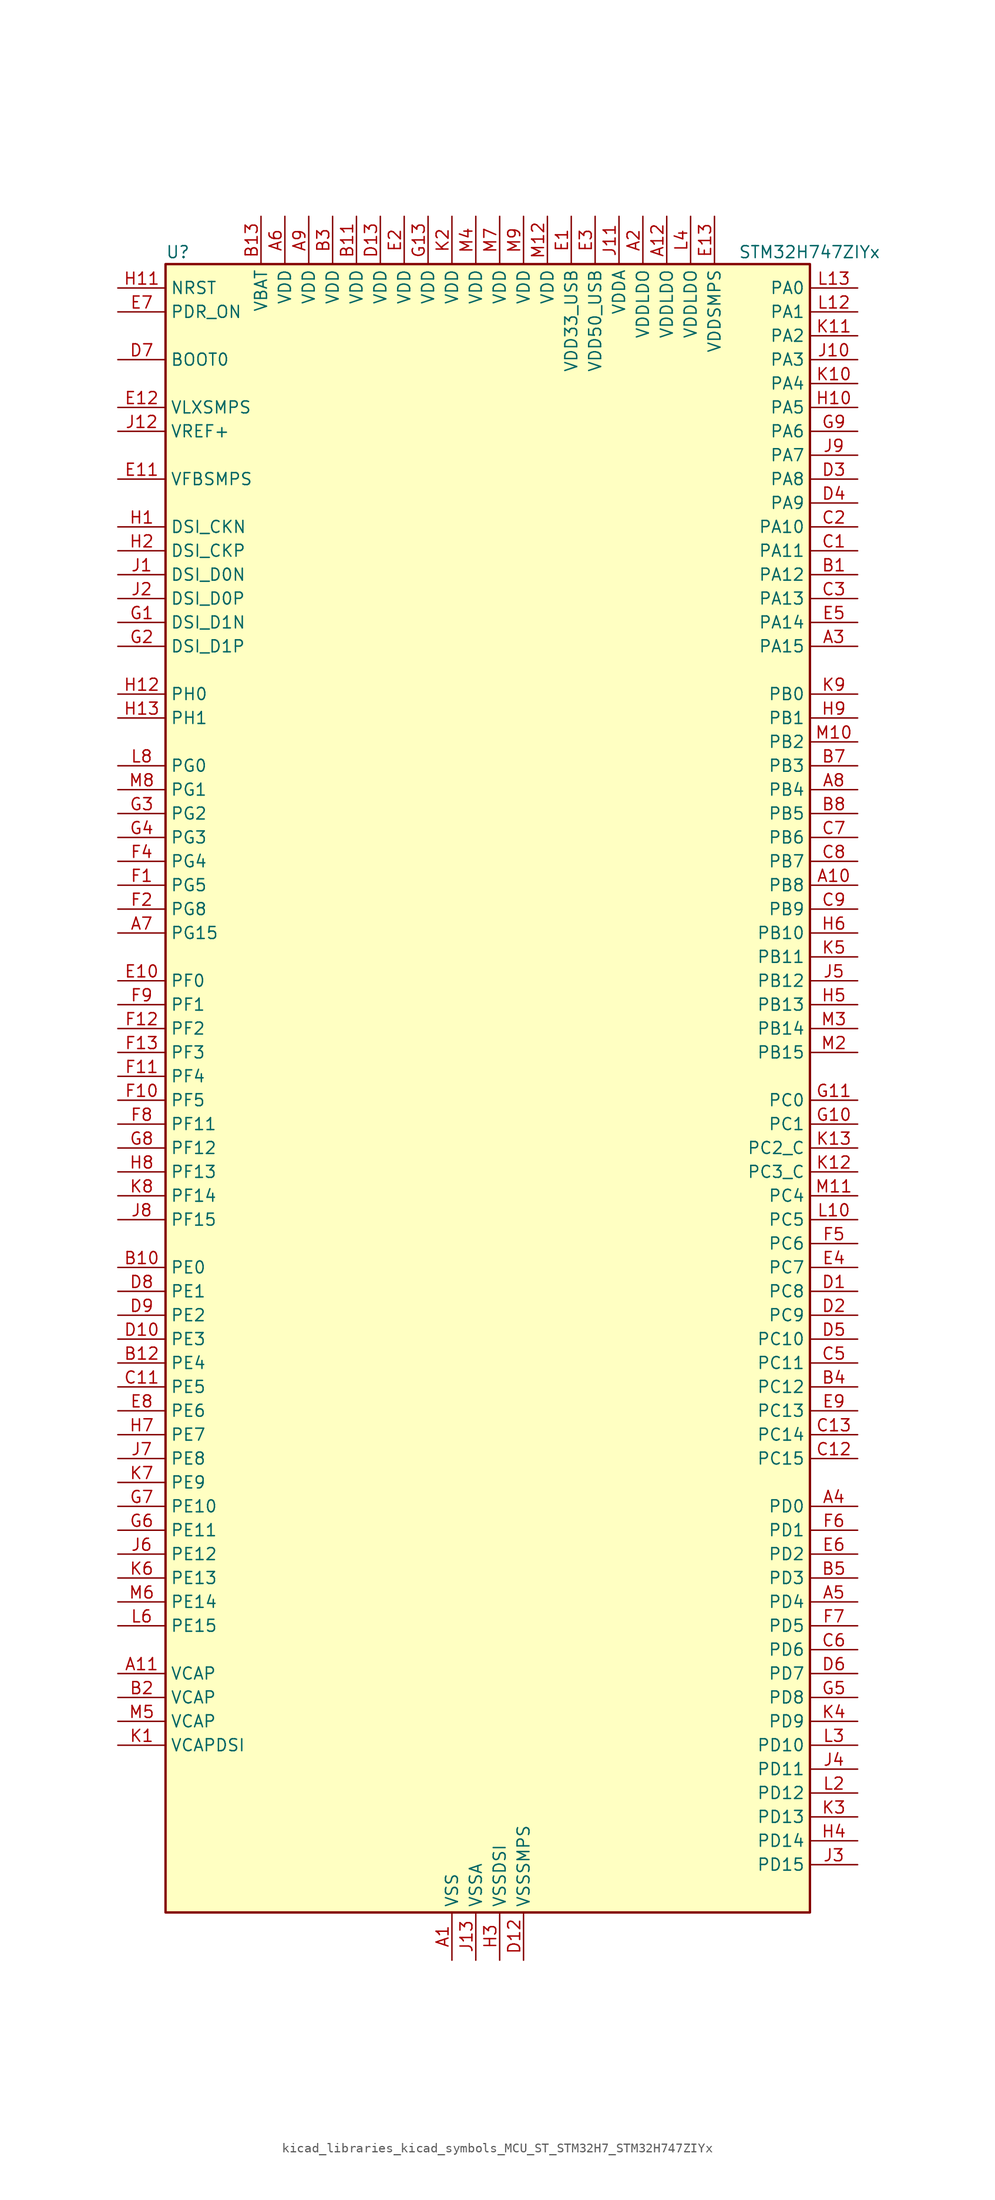
<source format=kicad_sym>
(kicad_symbol_lib
  (version 20220914)
  (generator kicad_symbol_editor)
  (symbol "kicad_libraries_kicad_symbols_MCU_ST_STM32H7_STM32H747ZIYx"
    (property "Reference" "U"
      (at -33.02 90.17 0)
      (effects (font (size 1.27 1.27)) (justify left)))
    (property "Value" "STM32H747ZIYx"
      (at 27.94 90.17 0)
      (effects (font (size 1.27 1.27)) (justify left)))
    (property "ki_locked" ""
      (at 0 0 0)
      (effects (font (size 1.27 1.27))))
    (symbol "kicad_libraries_kicad_symbols_MCU_ST_STM32H7_STM32H747ZIYx_0_1"
      (rectangle (start -33.02 -86.36) (end 35.56 88.9) (stroke (width 0.254) (type default)) (fill (type background))))
    (symbol "kicad_libraries_kicad_symbols_MCU_ST_STM32H7_STM32H747ZIYx_1_1"
      (pin power_in line (at -2.54 -91.44 90) (length 5.08) (name "VSS" (effects (font (size 1.27 1.27)))) (number "A1" (effects (font (size 1.27 1.27)))))
      (pin bidirectional line (at 40.64 22.86 180) (length 5.08) (name "PB8" (effects (font (size 1.27 1.27)))) (number "A10" (effects (font (size 1.27 1.27)))) (alternate "DCMI_D6" bidirectional line) (alternate "DFSDM1_CKIN7" bidirectional line) (alternate "ETH_TXD3" bidirectional line) (alternate "FDCAN1_RX" bidirectional line) (alternate "I2C1_SCL" bidirectional line) (alternate "I2C4_SCL" bidirectional line) (alternate "LTDC_B6" bidirectional line) (alternate "SDMMC1_CKIN" bidirectional line) (alternate "SDMMC1_D4" bidirectional line) (alternate "SDMMC2_D4" bidirectional line) (alternate "TIM16_CH1" bidirectional line) (alternate "TIM4_CH3" bidirectional line) (alternate "UART4_RX" bidirectional line))
      (pin power_out line (at -38.1 -60.96 0) (length 5.08) (name "VCAP" (effects (font (size 1.27 1.27)))) (number "A11" (effects (font (size 1.27 1.27)))))
      (pin power_in line (at 20.32 93.98 270) (length 5.08) (name "VDDLDO" (effects (font (size 1.27 1.27)))) (number "A12" (effects (font (size 1.27 1.27)))))
      (pin no_connect line (at -33.02 -86.36 0) (length 5.08) hide (name "DNC" (effects (font (size 1.27 1.27)))) (number "A13" (effects (font (size 1.27 1.27)))))
      (pin power_in line (at 17.78 93.98 270) (length 5.08) (name "VDDLDO" (effects (font (size 1.27 1.27)))) (number "A2" (effects (font (size 1.27 1.27)))))
      (pin bidirectional line (at 40.64 48.26 180) (length 5.08) (name "PA15" (effects (font (size 1.27 1.27)))) (number "A3" (effects (font (size 1.27 1.27)))) (alternate "ADC1_EXTI15" bidirectional line) (alternate "ADC2_EXTI15" bidirectional line) (alternate "ADC3_EXTI15" bidirectional line) (alternate "CEC" bidirectional line) (alternate "DEBUG_JTDI" bidirectional line) (alternate "DSIHOST_TE" bidirectional line) (alternate "HRTIM_FLT1" bidirectional line) (alternate "I2S1_WS" bidirectional line) (alternate "I2S3_WS" bidirectional line) (alternate "SPI1_NSS" bidirectional line) (alternate "SPI3_NSS" bidirectional line) (alternate "SPI6_NSS" bidirectional line) (alternate "TIM2_CH1" bidirectional line) (alternate "TIM2_ETR" bidirectional line) (alternate "UART4_DE" bidirectional line) (alternate "UART4_RTS" bidirectional line) (alternate "UART7_TX" bidirectional line))
      (pin bidirectional line (at 40.64 -43.18 180) (length 5.08) (name "PD0" (effects (font (size 1.27 1.27)))) (number "A4" (effects (font (size 1.27 1.27)))) (alternate "DFSDM1_CKIN6" bidirectional line) (alternate "FDCAN1_RX" bidirectional line) (alternate "FMC_D2" bidirectional line) (alternate "FMC_DA2" bidirectional line) (alternate "SAI3_SCK_A" bidirectional line) (alternate "UART4_RX" bidirectional line))
      (pin bidirectional line (at 40.64 -53.34 180) (length 5.08) (name "PD4" (effects (font (size 1.27 1.27)))) (number "A5" (effects (font (size 1.27 1.27)))) (alternate "FMC_NOE" bidirectional line) (alternate "HRTIM_FLT3" bidirectional line) (alternate "SAI3_FS_A" bidirectional line) (alternate "USART2_DE" bidirectional line) (alternate "USART2_RTS" bidirectional line))
      (pin power_in line (at -20.32 93.98 270) (length 5.08) (name "VDD" (effects (font (size 1.27 1.27)))) (number "A6" (effects (font (size 1.27 1.27)))))
      (pin bidirectional line (at -38.1 17.78 0) (length 5.08) (name "PG15" (effects (font (size 1.27 1.27)))) (number "A7" (effects (font (size 1.27 1.27)))) (alternate "ADC1_EXTI15" bidirectional line) (alternate "ADC2_EXTI15" bidirectional line) (alternate "ADC3_EXTI15" bidirectional line) (alternate "DCMI_D13" bidirectional line) (alternate "FMC_SDNCAS" bidirectional line) (alternate "USART6_CTS" bidirectional line) (alternate "USART6_NSS" bidirectional line))
      (pin bidirectional line (at 40.64 33.02 180) (length 5.08) (name "PB4" (effects (font (size 1.27 1.27)))) (number "A8" (effects (font (size 1.27 1.27)))) (alternate "DEBUG_JTRST" bidirectional line) (alternate "HRTIM_EEV6" bidirectional line) (alternate "I2S1_SDI" bidirectional line) (alternate "I2S2_WS" bidirectional line) (alternate "I2S3_SDI" bidirectional line) (alternate "SDMMC2_D3" bidirectional line) (alternate "SPI1_MISO" bidirectional line) (alternate "SPI2_NSS" bidirectional line) (alternate "SPI3_MISO" bidirectional line) (alternate "SPI6_MISO" bidirectional line) (alternate "TIM16_BKIN" bidirectional line) (alternate "TIM3_CH1" bidirectional line) (alternate "UART7_TX" bidirectional line))
      (pin power_in line (at -17.78 93.98 270) (length 5.08) (name "VDD" (effects (font (size 1.27 1.27)))) (number "A9" (effects (font (size 1.27 1.27)))))
      (pin bidirectional line (at 40.64 55.88 180) (length 5.08) (name "PA12" (effects (font (size 1.27 1.27)))) (number "B1" (effects (font (size 1.27 1.27)))) (alternate "FDCAN1_TX" bidirectional line) (alternate "HRTIM_CHD2" bidirectional line) (alternate "I2S2_CK" bidirectional line) (alternate "LPUART1_DE" bidirectional line) (alternate "LPUART1_RTS" bidirectional line) (alternate "LTDC_R5" bidirectional line) (alternate "SAI2_FS_B" bidirectional line) (alternate "SPI2_SCK" bidirectional line) (alternate "TIM1_ETR" bidirectional line) (alternate "UART4_TX" bidirectional line) (alternate "USART1_DE" bidirectional line) (alternate "USART1_RTS" bidirectional line) (alternate "USB_OTG_FS_DP" bidirectional line))
      (pin bidirectional line (at -38.1 -17.78 0) (length 5.08) (name "PE0" (effects (font (size 1.27 1.27)))) (number "B10" (effects (font (size 1.27 1.27)))) (alternate "DCMI_D2" bidirectional line) (alternate "FMC_NBL0" bidirectional line) (alternate "HRTIM_SCIN" bidirectional line) (alternate "LPTIM1_ETR" bidirectional line) (alternate "LPTIM2_ETR" bidirectional line) (alternate "SAI2_MCLK_A" bidirectional line) (alternate "TIM4_ETR" bidirectional line) (alternate "UART8_RX" bidirectional line))
      (pin power_in line (at -12.7 93.98 270) (length 5.08) (name "VDD" (effects (font (size 1.27 1.27)))) (number "B11" (effects (font (size 1.27 1.27)))))
      (pin bidirectional line (at -38.1 -27.94 0) (length 5.08) (name "PE4" (effects (font (size 1.27 1.27)))) (number "B12" (effects (font (size 1.27 1.27)))) (alternate "DCMI_D4" bidirectional line) (alternate "DEBUG_TRACED1" bidirectional line) (alternate "DFSDM1_DATIN3" bidirectional line) (alternate "FMC_A20" bidirectional line) (alternate "LTDC_B0" bidirectional line) (alternate "SAI1_D2" bidirectional line) (alternate "SAI1_FS_A" bidirectional line) (alternate "SAI4_D2" bidirectional line) (alternate "SAI4_FS_A" bidirectional line) (alternate "SPI4_NSS" bidirectional line) (alternate "TIM15_CH1N" bidirectional line))
      (pin power_in line (at -22.86 93.98 270) (length 5.08) (name "VBAT" (effects (font (size 1.27 1.27)))) (number "B13" (effects (font (size 1.27 1.27)))))
      (pin power_out line (at -38.1 -63.5 0) (length 5.08) (name "VCAP" (effects (font (size 1.27 1.27)))) (number "B2" (effects (font (size 1.27 1.27)))))
      (pin power_in line (at -15.24 93.98 270) (length 5.08) (name "VDD" (effects (font (size 1.27 1.27)))) (number "B3" (effects (font (size 1.27 1.27)))))
      (pin bidirectional line (at 40.64 -30.48 180) (length 5.08) (name "PC12" (effects (font (size 1.27 1.27)))) (number "B4" (effects (font (size 1.27 1.27)))) (alternate "DCMI_D9" bidirectional line) (alternate "DEBUG_TRACED3" bidirectional line) (alternate "HRTIM_EEV2" bidirectional line) (alternate "I2S3_SDO" bidirectional line) (alternate "SDMMC1_CK" bidirectional line) (alternate "SPI3_MOSI" bidirectional line) (alternate "UART5_TX" bidirectional line) (alternate "USART3_CK" bidirectional line))
      (pin bidirectional line (at 40.64 -50.8 180) (length 5.08) (name "PD3" (effects (font (size 1.27 1.27)))) (number "B5" (effects (font (size 1.27 1.27)))) (alternate "DCMI_D5" bidirectional line) (alternate "DFSDM1_CKOUT" bidirectional line) (alternate "FMC_CLK" bidirectional line) (alternate "I2S2_CK" bidirectional line) (alternate "LTDC_G7" bidirectional line) (alternate "SPI2_SCK" bidirectional line) (alternate "USART2_CTS" bidirectional line) (alternate "USART2_NSS" bidirectional line))
      (pin passive line (at -2.54 -91.44 90) (length 5.08) hide (name "VSS" (effects (font (size 1.27 1.27)))) (number "B6" (effects (font (size 1.27 1.27)))))
      (pin bidirectional line (at 40.64 35.56 180) (length 5.08) (name "PB3" (effects (font (size 1.27 1.27)))) (number "B7" (effects (font (size 1.27 1.27)))) (alternate "CRS_SYNC" bidirectional line) (alternate "DEBUG_JTDO-SWO" bidirectional line) (alternate "HRTIM_FLT4" bidirectional line) (alternate "I2S1_CK" bidirectional line) (alternate "I2S3_CK" bidirectional line) (alternate "SDMMC2_D2" bidirectional line) (alternate "SPI1_SCK" bidirectional line) (alternate "SPI3_SCK" bidirectional line) (alternate "SPI6_SCK" bidirectional line) (alternate "TIM2_CH2" bidirectional line) (alternate "UART7_RX" bidirectional line))
      (pin bidirectional line (at 40.64 30.48 180) (length 5.08) (name "PB5" (effects (font (size 1.27 1.27)))) (number "B8" (effects (font (size 1.27 1.27)))) (alternate "DCMI_D10" bidirectional line) (alternate "ETH_PPS_OUT" bidirectional line) (alternate "FDCAN2_RX" bidirectional line) (alternate "FMC_SDCKE1" bidirectional line) (alternate "HRTIM_EEV7" bidirectional line) (alternate "I2C1_SMBA" bidirectional line) (alternate "I2C4_SMBA" bidirectional line) (alternate "I2S1_SDO" bidirectional line) (alternate "I2S3_SDO" bidirectional line) (alternate "SPI1_MOSI" bidirectional line) (alternate "SPI3_MOSI" bidirectional line) (alternate "SPI6_MOSI" bidirectional line) (alternate "TIM17_BKIN" bidirectional line) (alternate "TIM3_CH2" bidirectional line) (alternate "UART5_RX" bidirectional line) (alternate "USB_OTG_HS_ULPI_D7" bidirectional line))
      (pin passive line (at -2.54 -91.44 90) (length 5.08) hide (name "VSS" (effects (font (size 1.27 1.27)))) (number "B9" (effects (font (size 1.27 1.27)))))
      (pin bidirectional line (at 40.64 58.42 180) (length 5.08) (name "PA11" (effects (font (size 1.27 1.27)))) (number "C1" (effects (font (size 1.27 1.27)))) (alternate "ADC1_EXTI11" bidirectional line) (alternate "ADC2_EXTI11" bidirectional line) (alternate "ADC3_EXTI11" bidirectional line) (alternate "FDCAN1_RX" bidirectional line) (alternate "HRTIM_CHD1" bidirectional line) (alternate "I2S2_WS" bidirectional line) (alternate "LPUART1_CTS" bidirectional line) (alternate "LTDC_R4" bidirectional line) (alternate "SPI2_NSS" bidirectional line) (alternate "TIM1_CH4" bidirectional line) (alternate "UART4_RX" bidirectional line) (alternate "USART1_CTS" bidirectional line) (alternate "USART1_NSS" bidirectional line) (alternate "USB_OTG_FS_DM" bidirectional line))
      (pin passive line (at -2.54 -91.44 90) (length 5.08) hide (name "VSS" (effects (font (size 1.27 1.27)))) (number "C10" (effects (font (size 1.27 1.27)))))
      (pin bidirectional line (at -38.1 -30.48 0) (length 5.08) (name "PE5" (effects (font (size 1.27 1.27)))) (number "C11" (effects (font (size 1.27 1.27)))) (alternate "DCMI_D6" bidirectional line) (alternate "DEBUG_TRACED2" bidirectional line) (alternate "DFSDM1_CKIN3" bidirectional line) (alternate "FMC_A21" bidirectional line) (alternate "LTDC_G0" bidirectional line) (alternate "SAI1_CK2" bidirectional line) (alternate "SAI1_SCK_A" bidirectional line) (alternate "SAI4_CK2" bidirectional line) (alternate "SAI4_SCK_A" bidirectional line) (alternate "SPI4_MISO" bidirectional line) (alternate "TIM15_CH1" bidirectional line))
      (pin bidirectional line (at 40.64 -38.1 180) (length 5.08) (name "PC15" (effects (font (size 1.27 1.27)))) (number "C12" (effects (font (size 1.27 1.27)))) (alternate "ADC1_EXTI15" bidirectional line) (alternate "ADC2_EXTI15" bidirectional line) (alternate "ADC3_EXTI15" bidirectional line) (alternate "RCC_OSC32_OUT" bidirectional line))
      (pin bidirectional line (at 40.64 -35.56 180) (length 5.08) (name "PC14" (effects (font (size 1.27 1.27)))) (number "C13" (effects (font (size 1.27 1.27)))) (alternate "RCC_OSC32_IN" bidirectional line))
      (pin bidirectional line (at 40.64 60.96 180) (length 5.08) (name "PA10" (effects (font (size 1.27 1.27)))) (number "C2" (effects (font (size 1.27 1.27)))) (alternate "DCMI_D1" bidirectional line) (alternate "HRTIM_CHC2" bidirectional line) (alternate "LPUART1_RX" bidirectional line) (alternate "LTDC_B1" bidirectional line) (alternate "LTDC_B4" bidirectional line) (alternate "MDIOS_MDIO" bidirectional line) (alternate "TIM1_CH3" bidirectional line) (alternate "USART1_RX" bidirectional line) (alternate "USB_OTG_FS_ID" bidirectional line))
      (pin bidirectional line (at 40.64 53.34 180) (length 5.08) (name "PA13" (effects (font (size 1.27 1.27)))) (number "C3" (effects (font (size 1.27 1.27)))) (alternate "DEBUG_JTMS-SWDIO" bidirectional line))
      (pin passive line (at -2.54 -91.44 90) (length 5.08) hide (name "VSS" (effects (font (size 1.27 1.27)))) (number "C4" (effects (font (size 1.27 1.27)))))
      (pin bidirectional line (at 40.64 -27.94 180) (length 5.08) (name "PC11" (effects (font (size 1.27 1.27)))) (number "C5" (effects (font (size 1.27 1.27)))) (alternate "ADC1_EXTI11" bidirectional line) (alternate "ADC2_EXTI11" bidirectional line) (alternate "ADC3_EXTI11" bidirectional line) (alternate "DCMI_D4" bidirectional line) (alternate "DFSDM1_DATIN5" bidirectional line) (alternate "HRTIM_FLT2" bidirectional line) (alternate "I2S3_SDI" bidirectional line) (alternate "QUADSPI_BK2_NCS" bidirectional line) (alternate "SDMMC1_D3" bidirectional line) (alternate "SPI3_MISO" bidirectional line) (alternate "UART4_RX" bidirectional line) (alternate "USART3_RX" bidirectional line))
      (pin bidirectional line (at 40.64 -58.42 180) (length 5.08) (name "PD6" (effects (font (size 1.27 1.27)))) (number "C6" (effects (font (size 1.27 1.27)))) (alternate "DCMI_D10" bidirectional line) (alternate "DFSDM1_CKIN4" bidirectional line) (alternate "DFSDM1_DATIN1" bidirectional line) (alternate "FMC_NWAIT" bidirectional line) (alternate "I2S3_SDO" bidirectional line) (alternate "LTDC_B2" bidirectional line) (alternate "SAI1_D1" bidirectional line) (alternate "SAI1_SD_A" bidirectional line) (alternate "SAI4_D1" bidirectional line) (alternate "SAI4_SD_A" bidirectional line) (alternate "SDMMC2_CK" bidirectional line) (alternate "SPI3_MOSI" bidirectional line) (alternate "USART2_RX" bidirectional line))
      (pin bidirectional line (at 40.64 27.94 180) (length 5.08) (name "PB6" (effects (font (size 1.27 1.27)))) (number "C7" (effects (font (size 1.27 1.27)))) (alternate "CEC" bidirectional line) (alternate "DCMI_D5" bidirectional line) (alternate "DFSDM1_DATIN5" bidirectional line) (alternate "FDCAN2_TX" bidirectional line) (alternate "FMC_SDNE1" bidirectional line) (alternate "HRTIM_EEV8" bidirectional line) (alternate "I2C1_SCL" bidirectional line) (alternate "I2C4_SCL" bidirectional line) (alternate "LPUART1_TX" bidirectional line) (alternate "QUADSPI_BK1_NCS" bidirectional line) (alternate "TIM16_CH1N" bidirectional line) (alternate "TIM4_CH1" bidirectional line) (alternate "UART5_TX" bidirectional line) (alternate "USART1_TX" bidirectional line))
      (pin bidirectional line (at 40.64 25.4 180) (length 5.08) (name "PB7" (effects (font (size 1.27 1.27)))) (number "C8" (effects (font (size 1.27 1.27)))) (alternate "DCMI_VSYNC" bidirectional line) (alternate "DFSDM1_CKIN5" bidirectional line) (alternate "FMC_NL" bidirectional line) (alternate "HRTIM_EEV9" bidirectional line) (alternate "I2C1_SDA" bidirectional line) (alternate "I2C4_SDA" bidirectional line) (alternate "LPUART1_RX" bidirectional line) (alternate "PWR_PVD_IN" bidirectional line) (alternate "TIM17_CH1N" bidirectional line) (alternate "TIM4_CH2" bidirectional line) (alternate "USART1_RX" bidirectional line))
      (pin bidirectional line (at 40.64 20.32 180) (length 5.08) (name "PB9" (effects (font (size 1.27 1.27)))) (number "C9" (effects (font (size 1.27 1.27)))) (alternate "DAC1_EXTI9" bidirectional line) (alternate "DCMI_D7" bidirectional line) (alternate "DFSDM1_DATIN7" bidirectional line) (alternate "FDCAN1_TX" bidirectional line) (alternate "I2C1_SDA" bidirectional line) (alternate "I2C4_SDA" bidirectional line) (alternate "I2C4_SMBA" bidirectional line) (alternate "I2S2_WS" bidirectional line) (alternate "LTDC_B7" bidirectional line) (alternate "SDMMC1_CDIR" bidirectional line) (alternate "SDMMC1_D5" bidirectional line) (alternate "SDMMC2_D5" bidirectional line) (alternate "SPI2_NSS" bidirectional line) (alternate "TIM17_CH1" bidirectional line) (alternate "TIM4_CH4" bidirectional line) (alternate "UART4_TX" bidirectional line))
      (pin bidirectional line (at 40.64 -20.32 180) (length 5.08) (name "PC8" (effects (font (size 1.27 1.27)))) (number "D1" (effects (font (size 1.27 1.27)))) (alternate "DCMI_D2" bidirectional line) (alternate "DEBUG_TRACED1" bidirectional line) (alternate "FMC_NCE" bidirectional line) (alternate "FMC_NE2" bidirectional line) (alternate "HRTIM_CHB1" bidirectional line) (alternate "SDMMC1_D0" bidirectional line) (alternate "SWPMI1_RX" bidirectional line) (alternate "TIM3_CH3" bidirectional line) (alternate "TIM8_CH3" bidirectional line) (alternate "UART5_DE" bidirectional line) (alternate "UART5_RTS" bidirectional line) (alternate "USART6_CK" bidirectional line))
      (pin bidirectional line (at -38.1 -25.4 0) (length 5.08) (name "PE3" (effects (font (size 1.27 1.27)))) (number "D10" (effects (font (size 1.27 1.27)))) (alternate "DEBUG_TRACED0" bidirectional line) (alternate "FMC_A19" bidirectional line) (alternate "SAI1_SD_B" bidirectional line) (alternate "SAI4_SD_B" bidirectional line) (alternate "TIM15_BKIN" bidirectional line))
      (pin passive line (at -2.54 -91.44 90) (length 5.08) hide (name "VSS" (effects (font (size 1.27 1.27)))) (number "D11" (effects (font (size 1.27 1.27)))))
      (pin power_in line (at 5.08 -91.44 90) (length 5.08) (name "VSSSMPS" (effects (font (size 1.27 1.27)))) (number "D12" (effects (font (size 1.27 1.27)))))
      (pin power_in line (at -10.16 93.98 270) (length 5.08) (name "VDD" (effects (font (size 1.27 1.27)))) (number "D13" (effects (font (size 1.27 1.27)))))
      (pin bidirectional line (at 40.64 -22.86 180) (length 5.08) (name "PC9" (effects (font (size 1.27 1.27)))) (number "D2" (effects (font (size 1.27 1.27)))) (alternate "DAC1_EXTI9" bidirectional line) (alternate "DCMI_D3" bidirectional line) (alternate "I2C3_SDA" bidirectional line) (alternate "I2S_CKIN" bidirectional line) (alternate "LTDC_B2" bidirectional line) (alternate "LTDC_G3" bidirectional line) (alternate "QUADSPI_BK1_IO0" bidirectional line) (alternate "RCC_MCO_2" bidirectional line) (alternate "SDMMC1_D1" bidirectional line) (alternate "SWPMI1_SUSPEND" bidirectional line) (alternate "TIM3_CH4" bidirectional line) (alternate "TIM8_CH4" bidirectional line) (alternate "UART5_CTS" bidirectional line))
      (pin bidirectional line (at 40.64 66.04 180) (length 5.08) (name "PA8" (effects (font (size 1.27 1.27)))) (number "D3" (effects (font (size 1.27 1.27)))) (alternate "HRTIM_CHB2" bidirectional line) (alternate "I2C3_SCL" bidirectional line) (alternate "LTDC_B3" bidirectional line) (alternate "LTDC_R6" bidirectional line) (alternate "RCC_MCO_1" bidirectional line) (alternate "TIM1_CH1" bidirectional line) (alternate "TIM8_BKIN2" bidirectional line) (alternate "TIM8_BKIN2_COMP1" bidirectional line) (alternate "TIM8_BKIN2_COMP2" bidirectional line) (alternate "UART7_RX" bidirectional line) (alternate "USART1_CK" bidirectional line) (alternate "USB_OTG_FS_SOF" bidirectional line))
      (pin bidirectional line (at 40.64 63.5 180) (length 5.08) (name "PA9" (effects (font (size 1.27 1.27)))) (number "D4" (effects (font (size 1.27 1.27)))) (alternate "DAC1_EXTI9" bidirectional line) (alternate "DCMI_D0" bidirectional line) (alternate "HRTIM_CHC1" bidirectional line) (alternate "I2C3_SMBA" bidirectional line) (alternate "I2S2_CK" bidirectional line) (alternate "LPUART1_TX" bidirectional line) (alternate "LTDC_R5" bidirectional line) (alternate "SPI2_SCK" bidirectional line) (alternate "TIM1_CH2" bidirectional line) (alternate "USART1_TX" bidirectional line) (alternate "USB_OTG_FS_VBUS" bidirectional line))
      (pin bidirectional line (at 40.64 -25.4 180) (length 5.08) (name "PC10" (effects (font (size 1.27 1.27)))) (number "D5" (effects (font (size 1.27 1.27)))) (alternate "DCMI_D8" bidirectional line) (alternate "DFSDM1_CKIN5" bidirectional line) (alternate "HRTIM_EEV1" bidirectional line) (alternate "I2S3_CK" bidirectional line) (alternate "LTDC_R2" bidirectional line) (alternate "QUADSPI_BK1_IO1" bidirectional line) (alternate "SDMMC1_D2" bidirectional line) (alternate "SPI3_SCK" bidirectional line) (alternate "UART4_TX" bidirectional line) (alternate "USART3_TX" bidirectional line))
      (pin bidirectional line (at 40.64 -60.96 180) (length 5.08) (name "PD7" (effects (font (size 1.27 1.27)))) (number "D6" (effects (font (size 1.27 1.27)))) (alternate "DFSDM1_CKIN1" bidirectional line) (alternate "DFSDM1_DATIN4" bidirectional line) (alternate "FMC_NE1" bidirectional line) (alternate "I2S1_SDO" bidirectional line) (alternate "SDMMC2_CMD" bidirectional line) (alternate "SPDIFRX1_IN0" bidirectional line) (alternate "SPI1_MOSI" bidirectional line) (alternate "USART2_CK" bidirectional line))
      (pin input line (at -38.1 78.74 0) (length 5.08) (name "BOOT0" (effects (font (size 1.27 1.27)))) (number "D7" (effects (font (size 1.27 1.27)))))
      (pin bidirectional line (at -38.1 -20.32 0) (length 5.08) (name "PE1" (effects (font (size 1.27 1.27)))) (number "D8" (effects (font (size 1.27 1.27)))) (alternate "DCMI_D3" bidirectional line) (alternate "FMC_NBL1" bidirectional line) (alternate "HRTIM_SCOUT" bidirectional line) (alternate "LPTIM1_IN2" bidirectional line) (alternate "UART8_TX" bidirectional line))
      (pin bidirectional line (at -38.1 -22.86 0) (length 5.08) (name "PE2" (effects (font (size 1.27 1.27)))) (number "D9" (effects (font (size 1.27 1.27)))) (alternate "DEBUG_TRACECLK" bidirectional line) (alternate "ETH_TXD3" bidirectional line) (alternate "FMC_A23" bidirectional line) (alternate "QUADSPI_BK1_IO2" bidirectional line) (alternate "SAI1_CK1" bidirectional line) (alternate "SAI1_MCLK_A" bidirectional line) (alternate "SAI4_CK1" bidirectional line) (alternate "SAI4_MCLK_A" bidirectional line) (alternate "SPI4_SCK" bidirectional line))
      (pin power_in line (at 10.16 93.98 270) (length 5.08) (name "VDD33_USB" (effects (font (size 1.27 1.27)))) (number "E1" (effects (font (size 1.27 1.27)))))
      (pin bidirectional line (at -38.1 12.7 0) (length 5.08) (name "PF0" (effects (font (size 1.27 1.27)))) (number "E10" (effects (font (size 1.27 1.27)))) (alternate "FMC_A0" bidirectional line) (alternate "I2C2_SDA" bidirectional line))
      (pin input line (at -38.1 66.04 0) (length 5.08) (name "VFBSMPS" (effects (font (size 1.27 1.27)))) (number "E11" (effects (font (size 1.27 1.27)))))
      (pin power_in line (at -38.1 73.66 0) (length 5.08) (name "VLXSMPS" (effects (font (size 1.27 1.27)))) (number "E12" (effects (font (size 1.27 1.27)))))
      (pin power_in line (at 25.4 93.98 270) (length 5.08) (name "VDDSMPS" (effects (font (size 1.27 1.27)))) (number "E13" (effects (font (size 1.27 1.27)))))
      (pin power_in line (at -7.62 93.98 270) (length 5.08) (name "VDD" (effects (font (size 1.27 1.27)))) (number "E2" (effects (font (size 1.27 1.27)))))
      (pin power_in line (at 12.7 93.98 270) (length 5.08) (name "VDD50_USB" (effects (font (size 1.27 1.27)))) (number "E3" (effects (font (size 1.27 1.27)))))
      (pin bidirectional line (at 40.64 -17.78 180) (length 5.08) (name "PC7" (effects (font (size 1.27 1.27)))) (number "E4" (effects (font (size 1.27 1.27)))) (alternate "DCMI_D1" bidirectional line) (alternate "DEBUG_TRGIO" bidirectional line) (alternate "DFSDM1_DATIN3" bidirectional line) (alternate "FMC_NE1" bidirectional line) (alternate "HRTIM_CHA2" bidirectional line) (alternate "I2S3_MCK" bidirectional line) (alternate "LTDC_G6" bidirectional line) (alternate "SDMMC1_D123DIR" bidirectional line) (alternate "SDMMC1_D7" bidirectional line) (alternate "SDMMC2_D7" bidirectional line) (alternate "SWPMI1_TX" bidirectional line) (alternate "TIM3_CH2" bidirectional line) (alternate "TIM8_CH2" bidirectional line) (alternate "USART6_RX" bidirectional line))
      (pin bidirectional line (at 40.64 50.8 180) (length 5.08) (name "PA14" (effects (font (size 1.27 1.27)))) (number "E5" (effects (font (size 1.27 1.27)))) (alternate "DEBUG_JTCK-SWCLK" bidirectional line))
      (pin bidirectional line (at 40.64 -48.26 180) (length 5.08) (name "PD2" (effects (font (size 1.27 1.27)))) (number "E6" (effects (font (size 1.27 1.27)))) (alternate "DCMI_D11" bidirectional line) (alternate "DEBUG_TRACED2" bidirectional line) (alternate "SDMMC1_CMD" bidirectional line) (alternate "TIM3_ETR" bidirectional line) (alternate "UART5_RX" bidirectional line))
      (pin input line (at -38.1 83.82 0) (length 5.08) (name "PDR_ON" (effects (font (size 1.27 1.27)))) (number "E7" (effects (font (size 1.27 1.27)))))
      (pin bidirectional line (at -38.1 -33.02 0) (length 5.08) (name "PE6" (effects (font (size 1.27 1.27)))) (number "E8" (effects (font (size 1.27 1.27)))) (alternate "DCMI_D7" bidirectional line) (alternate "DEBUG_TRACED3" bidirectional line) (alternate "FMC_A22" bidirectional line) (alternate "LTDC_G1" bidirectional line) (alternate "SAI1_D1" bidirectional line) (alternate "SAI1_SD_A" bidirectional line) (alternate "SAI2_MCLK_B" bidirectional line) (alternate "SAI4_D1" bidirectional line) (alternate "SAI4_SD_A" bidirectional line) (alternate "SPI4_MOSI" bidirectional line) (alternate "TIM15_CH2" bidirectional line) (alternate "TIM1_BKIN2" bidirectional line) (alternate "TIM1_BKIN2_COMP1" bidirectional line) (alternate "TIM1_BKIN2_COMP2" bidirectional line))
      (pin bidirectional line (at 40.64 -33.02 180) (length 5.08) (name "PC13" (effects (font (size 1.27 1.27)))) (number "E9" (effects (font (size 1.27 1.27)))) (alternate "PWR_WKUP2" bidirectional line) (alternate "RTC_OUT_ALARM" bidirectional line) (alternate "RTC_OUT_CALIB" bidirectional line) (alternate "RTC_TAMP1" bidirectional line) (alternate "RTC_TS" bidirectional line))
      (pin bidirectional line (at -38.1 22.86 0) (length 5.08) (name "PG5" (effects (font (size 1.27 1.27)))) (number "F1" (effects (font (size 1.27 1.27)))) (alternate "FMC_A15" bidirectional line) (alternate "FMC_BA1" bidirectional line) (alternate "TIM1_ETR" bidirectional line))
      (pin bidirectional line (at -38.1 0 0) (length 5.08) (name "PF5" (effects (font (size 1.27 1.27)))) (number "F10" (effects (font (size 1.27 1.27)))) (alternate "ADC3_INP4" bidirectional line) (alternate "FMC_A5" bidirectional line))
      (pin bidirectional line (at -38.1 2.54 0) (length 5.08) (name "PF4" (effects (font (size 1.27 1.27)))) (number "F11" (effects (font (size 1.27 1.27)))) (alternate "ADC3_INN5" bidirectional line) (alternate "ADC3_INP9" bidirectional line) (alternate "FMC_A4" bidirectional line))
      (pin bidirectional line (at -38.1 7.62 0) (length 5.08) (name "PF2" (effects (font (size 1.27 1.27)))) (number "F12" (effects (font (size 1.27 1.27)))) (alternate "FMC_A2" bidirectional line) (alternate "I2C2_SMBA" bidirectional line))
      (pin bidirectional line (at -38.1 5.08 0) (length 5.08) (name "PF3" (effects (font (size 1.27 1.27)))) (number "F13" (effects (font (size 1.27 1.27)))) (alternate "ADC3_INP5" bidirectional line) (alternate "FMC_A3" bidirectional line))
      (pin bidirectional line (at -38.1 20.32 0) (length 5.08) (name "PG8" (effects (font (size 1.27 1.27)))) (number "F2" (effects (font (size 1.27 1.27)))) (alternate "ETH_PPS_OUT" bidirectional line) (alternate "FMC_SDCLK" bidirectional line) (alternate "LTDC_G7" bidirectional line) (alternate "SPDIFRX1_IN2" bidirectional line) (alternate "SPI6_NSS" bidirectional line) (alternate "TIM8_ETR" bidirectional line) (alternate "USART6_DE" bidirectional line) (alternate "USART6_RTS" bidirectional line))
      (pin passive line (at -2.54 -91.44 90) (length 5.08) hide (name "VSS" (effects (font (size 1.27 1.27)))) (number "F3" (effects (font (size 1.27 1.27)))))
      (pin bidirectional line (at -38.1 25.4 0) (length 5.08) (name "PG4" (effects (font (size 1.27 1.27)))) (number "F4" (effects (font (size 1.27 1.27)))) (alternate "FMC_A14" bidirectional line) (alternate "FMC_BA0" bidirectional line) (alternate "TIM1_BKIN2" bidirectional line) (alternate "TIM1_BKIN2_COMP1" bidirectional line) (alternate "TIM1_BKIN2_COMP2" bidirectional line))
      (pin bidirectional line (at 40.64 -15.24 180) (length 5.08) (name "PC6" (effects (font (size 1.27 1.27)))) (number "F5" (effects (font (size 1.27 1.27)))) (alternate "DCMI_D0" bidirectional line) (alternate "DFSDM1_CKIN3" bidirectional line) (alternate "FMC_NWAIT" bidirectional line) (alternate "HRTIM_CHA1" bidirectional line) (alternate "I2S2_MCK" bidirectional line) (alternate "LTDC_HSYNC" bidirectional line) (alternate "SDMMC1_D0DIR" bidirectional line) (alternate "SDMMC1_D6" bidirectional line) (alternate "SDMMC2_D6" bidirectional line) (alternate "SWPMI1_IO" bidirectional line) (alternate "TIM3_CH1" bidirectional line) (alternate "TIM8_CH1" bidirectional line) (alternate "USART6_TX" bidirectional line))
      (pin bidirectional line (at 40.64 -45.72 180) (length 5.08) (name "PD1" (effects (font (size 1.27 1.27)))) (number "F6" (effects (font (size 1.27 1.27)))) (alternate "DFSDM1_DATIN6" bidirectional line) (alternate "FDCAN1_TX" bidirectional line) (alternate "FMC_D3" bidirectional line) (alternate "FMC_DA3" bidirectional line) (alternate "SAI3_SD_A" bidirectional line) (alternate "UART4_TX" bidirectional line))
      (pin bidirectional line (at 40.64 -55.88 180) (length 5.08) (name "PD5" (effects (font (size 1.27 1.27)))) (number "F7" (effects (font (size 1.27 1.27)))) (alternate "FMC_NWE" bidirectional line) (alternate "HRTIM_EEV3" bidirectional line) (alternate "USART2_TX" bidirectional line))
      (pin bidirectional line (at -38.1 -2.54 0) (length 5.08) (name "PF11" (effects (font (size 1.27 1.27)))) (number "F8" (effects (font (size 1.27 1.27)))) (alternate "ADC1_EXTI11" bidirectional line) (alternate "ADC1_INP2" bidirectional line) (alternate "ADC2_EXTI11" bidirectional line) (alternate "ADC3_EXTI11" bidirectional line) (alternate "DCMI_D12" bidirectional line) (alternate "FMC_SDNRAS" bidirectional line) (alternate "SAI2_SD_B" bidirectional line))
      (pin bidirectional line (at -38.1 10.16 0) (length 5.08) (name "PF1" (effects (font (size 1.27 1.27)))) (number "F9" (effects (font (size 1.27 1.27)))) (alternate "FMC_A1" bidirectional line) (alternate "I2C2_SCL" bidirectional line))
      (pin bidirectional line (at -38.1 50.8 0) (length 5.08) (name "DSI_D1N" (effects (font (size 1.27 1.27)))) (number "G1" (effects (font (size 1.27 1.27)))) (alternate "DSIHOST_D1N" bidirectional line))
      (pin bidirectional line (at 40.64 -2.54 180) (length 5.08) (name "PC1" (effects (font (size 1.27 1.27)))) (number "G10" (effects (font (size 1.27 1.27)))) (alternate "ADC1_INN10" bidirectional line) (alternate "ADC1_INP11" bidirectional line) (alternate "ADC2_INN10" bidirectional line) (alternate "ADC2_INP11" bidirectional line) (alternate "ADC3_INN10" bidirectional line) (alternate "ADC3_INP11" bidirectional line) (alternate "DEBUG_TRACED0" bidirectional line) (alternate "DFSDM1_CKIN4" bidirectional line) (alternate "DFSDM1_DATIN0" bidirectional line) (alternate "ETH_MDC" bidirectional line) (alternate "I2S2_SDO" bidirectional line) (alternate "MDIOS_MDC" bidirectional line) (alternate "PWR_WKUP5" bidirectional line) (alternate "RTC_TAMP3" bidirectional line) (alternate "SAI1_D1" bidirectional line) (alternate "SAI1_SD_A" bidirectional line) (alternate "SAI4_D1" bidirectional line) (alternate "SAI4_SD_A" bidirectional line) (alternate "SDMMC2_CK" bidirectional line) (alternate "SPI2_MOSI" bidirectional line))
      (pin bidirectional line (at 40.64 0 180) (length 5.08) (name "PC0" (effects (font (size 1.27 1.27)))) (number "G11" (effects (font (size 1.27 1.27)))) (alternate "ADC1_INP10" bidirectional line) (alternate "ADC2_INP10" bidirectional line) (alternate "ADC3_INP10" bidirectional line) (alternate "DFSDM1_CKIN0" bidirectional line) (alternate "DFSDM1_DATIN4" bidirectional line) (alternate "FMC_SDNWE" bidirectional line) (alternate "LTDC_R5" bidirectional line) (alternate "SAI2_FS_B" bidirectional line) (alternate "USB_OTG_HS_ULPI_STP" bidirectional line))
      (pin passive line (at -2.54 -91.44 90) (length 5.08) hide (name "VSS" (effects (font (size 1.27 1.27)))) (number "G12" (effects (font (size 1.27 1.27)))))
      (pin power_in line (at -5.08 93.98 270) (length 5.08) (name "VDD" (effects (font (size 1.27 1.27)))) (number "G13" (effects (font (size 1.27 1.27)))))
      (pin bidirectional line (at -38.1 48.26 0) (length 5.08) (name "DSI_D1P" (effects (font (size 1.27 1.27)))) (number "G2" (effects (font (size 1.27 1.27)))) (alternate "DSIHOST_D1P" bidirectional line))
      (pin bidirectional line (at -38.1 30.48 0) (length 5.08) (name "PG2" (effects (font (size 1.27 1.27)))) (number "G3" (effects (font (size 1.27 1.27)))) (alternate "FMC_A12" bidirectional line) (alternate "TIM8_BKIN" bidirectional line) (alternate "TIM8_BKIN_COMP1" bidirectional line) (alternate "TIM8_BKIN_COMP2" bidirectional line))
      (pin bidirectional line (at -38.1 27.94 0) (length 5.08) (name "PG3" (effects (font (size 1.27 1.27)))) (number "G4" (effects (font (size 1.27 1.27)))) (alternate "FMC_A13" bidirectional line) (alternate "TIM8_BKIN2" bidirectional line) (alternate "TIM8_BKIN2_COMP1" bidirectional line) (alternate "TIM8_BKIN2_COMP2" bidirectional line))
      (pin bidirectional line (at 40.64 -63.5 180) (length 5.08) (name "PD8" (effects (font (size 1.27 1.27)))) (number "G5" (effects (font (size 1.27 1.27)))) (alternate "DFSDM1_CKIN3" bidirectional line) (alternate "FMC_D13" bidirectional line) (alternate "FMC_DA13" bidirectional line) (alternate "SAI3_SCK_B" bidirectional line) (alternate "SPDIFRX1_IN1" bidirectional line) (alternate "USART3_TX" bidirectional line))
      (pin bidirectional line (at -38.1 -45.72 0) (length 5.08) (name "PE11" (effects (font (size 1.27 1.27)))) (number "G6" (effects (font (size 1.27 1.27)))) (alternate "ADC1_EXTI11" bidirectional line) (alternate "ADC2_EXTI11" bidirectional line) (alternate "ADC3_EXTI11" bidirectional line) (alternate "COMP2_INP" bidirectional line) (alternate "DFSDM1_CKIN4" bidirectional line) (alternate "FMC_D8" bidirectional line) (alternate "FMC_DA8" bidirectional line) (alternate "LTDC_G3" bidirectional line) (alternate "SAI2_SD_B" bidirectional line) (alternate "SPI4_NSS" bidirectional line) (alternate "TIM1_CH2" bidirectional line))
      (pin bidirectional line (at -38.1 -43.18 0) (length 5.08) (name "PE10" (effects (font (size 1.27 1.27)))) (number "G7" (effects (font (size 1.27 1.27)))) (alternate "COMP2_INM" bidirectional line) (alternate "DFSDM1_DATIN4" bidirectional line) (alternate "FMC_D7" bidirectional line) (alternate "FMC_DA7" bidirectional line) (alternate "QUADSPI_BK2_IO3" bidirectional line) (alternate "TIM1_CH2N" bidirectional line) (alternate "UART7_CTS" bidirectional line))
      (pin bidirectional line (at -38.1 -5.08 0) (length 5.08) (name "PF12" (effects (font (size 1.27 1.27)))) (number "G8" (effects (font (size 1.27 1.27)))) (alternate "ADC1_INN2" bidirectional line) (alternate "ADC1_INP6" bidirectional line) (alternate "FMC_A6" bidirectional line))
      (pin bidirectional line (at 40.64 71.12 180) (length 5.08) (name "PA6" (effects (font (size 1.27 1.27)))) (number "G9" (effects (font (size 1.27 1.27)))) (alternate "ADC1_INP3" bidirectional line) (alternate "ADC2_INP3" bidirectional line) (alternate "DCMI_PIXCLK" bidirectional line) (alternate "I2S1_SDI" bidirectional line) (alternate "LTDC_G2" bidirectional line) (alternate "MDIOS_MDC" bidirectional line) (alternate "SPI1_MISO" bidirectional line) (alternate "SPI6_MISO" bidirectional line) (alternate "TIM13_CH1" bidirectional line) (alternate "TIM1_BKIN" bidirectional line) (alternate "TIM1_BKIN_COMP1" bidirectional line) (alternate "TIM1_BKIN_COMP2" bidirectional line) (alternate "TIM3_CH1" bidirectional line) (alternate "TIM8_BKIN" bidirectional line) (alternate "TIM8_BKIN_COMP1" bidirectional line) (alternate "TIM8_BKIN_COMP2" bidirectional line))
      (pin bidirectional line (at -38.1 60.96 0) (length 5.08) (name "DSI_CKN" (effects (font (size 1.27 1.27)))) (number "H1" (effects (font (size 1.27 1.27)))) (alternate "DSIHOST_CKN" bidirectional line))
      (pin bidirectional line (at 40.64 73.66 180) (length 5.08) (name "PA5" (effects (font (size 1.27 1.27)))) (number "H10" (effects (font (size 1.27 1.27)))) (alternate "ADC1_INN18" bidirectional line) (alternate "ADC1_INP19" bidirectional line) (alternate "ADC2_INN18" bidirectional line) (alternate "ADC2_INP19" bidirectional line) (alternate "DAC1_OUT2" bidirectional line) (alternate "I2S1_CK" bidirectional line) (alternate "LTDC_R4" bidirectional line) (alternate "PWR_NDSTOP2" bidirectional line) (alternate "SPI1_SCK" bidirectional line) (alternate "SPI6_SCK" bidirectional line) (alternate "TIM2_CH1" bidirectional line) (alternate "TIM2_ETR" bidirectional line) (alternate "TIM8_CH1N" bidirectional line) (alternate "USB_OTG_HS_ULPI_CK" bidirectional line))
      (pin input line (at -38.1 86.36 0) (length 5.08) (name "NRST" (effects (font (size 1.27 1.27)))) (number "H11" (effects (font (size 1.27 1.27)))))
      (pin bidirectional line (at -38.1 43.18 0) (length 5.08) (name "PH0" (effects (font (size 1.27 1.27)))) (number "H12" (effects (font (size 1.27 1.27)))) (alternate "RCC_OSC_IN" bidirectional line))
      (pin bidirectional line (at -38.1 40.64 0) (length 5.08) (name "PH1" (effects (font (size 1.27 1.27)))) (number "H13" (effects (font (size 1.27 1.27)))) (alternate "RCC_OSC_OUT" bidirectional line))
      (pin bidirectional line (at -38.1 58.42 0) (length 5.08) (name "DSI_CKP" (effects (font (size 1.27 1.27)))) (number "H2" (effects (font (size 1.27 1.27)))) (alternate "DSIHOST_CKP" bidirectional line))
      (pin power_in line (at 2.54 -91.44 90) (length 5.08) (name "VSSDSI" (effects (font (size 1.27 1.27)))) (number "H3" (effects (font (size 1.27 1.27)))))
      (pin bidirectional line (at 40.64 -78.74 180) (length 5.08) (name "PD14" (effects (font (size 1.27 1.27)))) (number "H4" (effects (font (size 1.27 1.27)))) (alternate "FMC_D0" bidirectional line) (alternate "FMC_DA0" bidirectional line) (alternate "SAI3_MCLK_B" bidirectional line) (alternate "TIM4_CH3" bidirectional line) (alternate "UART8_CTS" bidirectional line))
      (pin bidirectional line (at 40.64 10.16 180) (length 5.08) (name "PB13" (effects (font (size 1.27 1.27)))) (number "H5" (effects (font (size 1.27 1.27)))) (alternate "DFSDM1_CKIN1" bidirectional line) (alternate "ETH_TXD1" bidirectional line) (alternate "FDCAN2_TX" bidirectional line) (alternate "I2S2_CK" bidirectional line) (alternate "LPTIM2_OUT" bidirectional line) (alternate "SPI2_SCK" bidirectional line) (alternate "TIM1_CH1N" bidirectional line) (alternate "UART5_TX" bidirectional line) (alternate "USART3_CTS" bidirectional line) (alternate "USART3_NSS" bidirectional line) (alternate "USB_OTG_HS_ULPI_D6" bidirectional line) (alternate "USB_OTG_HS_VBUS" bidirectional line))
      (pin bidirectional line (at 40.64 17.78 180) (length 5.08) (name "PB10" (effects (font (size 1.27 1.27)))) (number "H6" (effects (font (size 1.27 1.27)))) (alternate "DFSDM1_DATIN7" bidirectional line) (alternate "ETH_RX_ER" bidirectional line) (alternate "HRTIM_SCOUT" bidirectional line) (alternate "I2C2_SCL" bidirectional line) (alternate "I2S2_CK" bidirectional line) (alternate "LPTIM2_IN1" bidirectional line) (alternate "LTDC_G4" bidirectional line) (alternate "QUADSPI_BK1_NCS" bidirectional line) (alternate "SPI2_SCK" bidirectional line) (alternate "TIM2_CH3" bidirectional line) (alternate "USART3_TX" bidirectional line) (alternate "USB_OTG_HS_ULPI_D3" bidirectional line))
      (pin bidirectional line (at -38.1 -35.56 0) (length 5.08) (name "PE7" (effects (font (size 1.27 1.27)))) (number "H7" (effects (font (size 1.27 1.27)))) (alternate "COMP2_INM" bidirectional line) (alternate "DFSDM1_DATIN2" bidirectional line) (alternate "FMC_D4" bidirectional line) (alternate "FMC_DA4" bidirectional line) (alternate "OPAMP2_VOUT" bidirectional line) (alternate "QUADSPI_BK2_IO0" bidirectional line) (alternate "TIM1_ETR" bidirectional line) (alternate "UART7_RX" bidirectional line))
      (pin bidirectional line (at -38.1 -7.62 0) (length 5.08) (name "PF13" (effects (font (size 1.27 1.27)))) (number "H8" (effects (font (size 1.27 1.27)))) (alternate "ADC2_INP2" bidirectional line) (alternate "DFSDM1_DATIN6" bidirectional line) (alternate "FMC_A7" bidirectional line) (alternate "I2C4_SMBA" bidirectional line))
      (pin bidirectional line (at 40.64 40.64 180) (length 5.08) (name "PB1" (effects (font (size 1.27 1.27)))) (number "H9" (effects (font (size 1.27 1.27)))) (alternate "ADC1_INP5" bidirectional line) (alternate "ADC2_INP5" bidirectional line) (alternate "COMP1_INM" bidirectional line) (alternate "DFSDM1_DATIN1" bidirectional line) (alternate "ETH_RXD3" bidirectional line) (alternate "LTDC_G0" bidirectional line) (alternate "LTDC_R6" bidirectional line) (alternate "TIM1_CH3N" bidirectional line) (alternate "TIM3_CH4" bidirectional line) (alternate "TIM8_CH3N" bidirectional line) (alternate "USB_OTG_HS_ULPI_D2" bidirectional line))
      (pin bidirectional line (at -38.1 55.88 0) (length 5.08) (name "DSI_D0N" (effects (font (size 1.27 1.27)))) (number "J1" (effects (font (size 1.27 1.27)))) (alternate "DSIHOST_D0N" bidirectional line))
      (pin bidirectional line (at 40.64 78.74 180) (length 5.08) (name "PA3" (effects (font (size 1.27 1.27)))) (number "J10" (effects (font (size 1.27 1.27)))) (alternate "ADC1_INP15" bidirectional line) (alternate "ADC2_INP15" bidirectional line) (alternate "ETH_COL" bidirectional line) (alternate "LPTIM5_OUT" bidirectional line) (alternate "LTDC_B2" bidirectional line) (alternate "LTDC_B5" bidirectional line) (alternate "TIM15_CH2" bidirectional line) (alternate "TIM2_CH4" bidirectional line) (alternate "TIM5_CH4" bidirectional line) (alternate "USART2_RX" bidirectional line) (alternate "USB_OTG_HS_ULPI_D0" bidirectional line))
      (pin power_in line (at 15.24 93.98 270) (length 5.08) (name "VDDA" (effects (font (size 1.27 1.27)))) (number "J11" (effects (font (size 1.27 1.27)))))
      (pin input line (at -38.1 71.12 0) (length 5.08) (name "VREF+" (effects (font (size 1.27 1.27)))) (number "J12" (effects (font (size 1.27 1.27)))) (alternate "VREFBUF_OUT" bidirectional line))
      (pin power_in line (at 0 -91.44 90) (length 5.08) (name "VSSA" (effects (font (size 1.27 1.27)))) (number "J13" (effects (font (size 1.27 1.27)))))
      (pin bidirectional line (at -38.1 53.34 0) (length 5.08) (name "DSI_D0P" (effects (font (size 1.27 1.27)))) (number "J2" (effects (font (size 1.27 1.27)))) (alternate "DSIHOST_D0P" bidirectional line))
      (pin bidirectional line (at 40.64 -81.28 180) (length 5.08) (name "PD15" (effects (font (size 1.27 1.27)))) (number "J3" (effects (font (size 1.27 1.27)))) (alternate "ADC1_EXTI15" bidirectional line) (alternate "ADC2_EXTI15" bidirectional line) (alternate "ADC3_EXTI15" bidirectional line) (alternate "FMC_D1" bidirectional line) (alternate "FMC_DA1" bidirectional line) (alternate "SAI3_MCLK_A" bidirectional line) (alternate "TIM4_CH4" bidirectional line) (alternate "UART8_DE" bidirectional line) (alternate "UART8_RTS" bidirectional line))
      (pin bidirectional line (at 40.64 -71.12 180) (length 5.08) (name "PD11" (effects (font (size 1.27 1.27)))) (number "J4" (effects (font (size 1.27 1.27)))) (alternate "ADC1_EXTI11" bidirectional line) (alternate "ADC2_EXTI11" bidirectional line) (alternate "ADC3_EXTI11" bidirectional line) (alternate "FMC_A16" bidirectional line) (alternate "FMC_CLE" bidirectional line) (alternate "I2C4_SMBA" bidirectional line) (alternate "LPTIM2_IN2" bidirectional line) (alternate "QUADSPI_BK1_IO0" bidirectional line) (alternate "SAI2_SD_A" bidirectional line) (alternate "USART3_CTS" bidirectional line) (alternate "USART3_NSS" bidirectional line))
      (pin bidirectional line (at 40.64 12.7 180) (length 5.08) (name "PB12" (effects (font (size 1.27 1.27)))) (number "J5" (effects (font (size 1.27 1.27)))) (alternate "DFSDM1_DATIN1" bidirectional line) (alternate "ETH_TXD0" bidirectional line) (alternate "FDCAN2_RX" bidirectional line) (alternate "I2C2_SMBA" bidirectional line) (alternate "I2S2_WS" bidirectional line) (alternate "SPI2_NSS" bidirectional line) (alternate "TIM1_BKIN" bidirectional line) (alternate "TIM1_BKIN_COMP1" bidirectional line) (alternate "TIM1_BKIN_COMP2" bidirectional line) (alternate "UART5_RX" bidirectional line) (alternate "USART3_CK" bidirectional line) (alternate "USB_OTG_HS_ID" bidirectional line) (alternate "USB_OTG_HS_ULPI_D5" bidirectional line))
      (pin bidirectional line (at -38.1 -48.26 0) (length 5.08) (name "PE12" (effects (font (size 1.27 1.27)))) (number "J6" (effects (font (size 1.27 1.27)))) (alternate "COMP1_OUT" bidirectional line) (alternate "DFSDM1_DATIN5" bidirectional line) (alternate "FMC_D9" bidirectional line) (alternate "FMC_DA9" bidirectional line) (alternate "LTDC_B4" bidirectional line) (alternate "SAI2_SCK_B" bidirectional line) (alternate "SPI4_SCK" bidirectional line) (alternate "TIM1_CH3N" bidirectional line))
      (pin bidirectional line (at -38.1 -38.1 0) (length 5.08) (name "PE8" (effects (font (size 1.27 1.27)))) (number "J7" (effects (font (size 1.27 1.27)))) (alternate "COMP2_OUT" bidirectional line) (alternate "DFSDM1_CKIN2" bidirectional line) (alternate "FMC_D5" bidirectional line) (alternate "FMC_DA5" bidirectional line) (alternate "OPAMP2_VINM" bidirectional line) (alternate "OPAMP2_VINM0" bidirectional line) (alternate "QUADSPI_BK2_IO1" bidirectional line) (alternate "TIM1_CH1N" bidirectional line) (alternate "UART7_TX" bidirectional line))
      (pin bidirectional line (at -38.1 -12.7 0) (length 5.08) (name "PF15" (effects (font (size 1.27 1.27)))) (number "J8" (effects (font (size 1.27 1.27)))) (alternate "ADC1_EXTI15" bidirectional line) (alternate "ADC2_EXTI15" bidirectional line) (alternate "ADC3_EXTI15" bidirectional line) (alternate "FMC_A9" bidirectional line) (alternate "I2C4_SDA" bidirectional line))
      (pin bidirectional line (at 40.64 68.58 180) (length 5.08) (name "PA7" (effects (font (size 1.27 1.27)))) (number "J9" (effects (font (size 1.27 1.27)))) (alternate "ADC1_INN3" bidirectional line) (alternate "ADC1_INP7" bidirectional line) (alternate "ADC2_INN3" bidirectional line) (alternate "ADC2_INP7" bidirectional line) (alternate "ETH_CRS_DV" bidirectional line) (alternate "ETH_RX_DV" bidirectional line) (alternate "FMC_SDNWE" bidirectional line) (alternate "I2S1_SDO" bidirectional line) (alternate "OPAMP1_VINM" bidirectional line) (alternate "OPAMP1_VINM1" bidirectional line) (alternate "SPI1_MOSI" bidirectional line) (alternate "SPI6_MOSI" bidirectional line) (alternate "TIM14_CH1" bidirectional line) (alternate "TIM1_CH1N" bidirectional line) (alternate "TIM3_CH2" bidirectional line) (alternate "TIM8_CH1N" bidirectional line))
      (pin power_out line (at -38.1 -68.58 0) (length 5.08) (name "VCAPDSI" (effects (font (size 1.27 1.27)))) (number "K1" (effects (font (size 1.27 1.27)))))
      (pin bidirectional line (at 40.64 76.2 180) (length 5.08) (name "PA4" (effects (font (size 1.27 1.27)))) (number "K10" (effects (font (size 1.27 1.27)))) (alternate "ADC1_INP18" bidirectional line) (alternate "ADC2_INP18" bidirectional line) (alternate "DAC1_OUT1" bidirectional line) (alternate "DCMI_HSYNC" bidirectional line) (alternate "I2S1_WS" bidirectional line) (alternate "I2S3_WS" bidirectional line) (alternate "LTDC_VSYNC" bidirectional line) (alternate "SPI1_NSS" bidirectional line) (alternate "SPI3_NSS" bidirectional line) (alternate "SPI6_NSS" bidirectional line) (alternate "TIM5_ETR" bidirectional line) (alternate "USART2_CK" bidirectional line) (alternate "USB_OTG_HS_SOF" bidirectional line))
      (pin bidirectional line (at 40.64 81.28 180) (length 5.08) (name "PA2" (effects (font (size 1.27 1.27)))) (number "K11" (effects (font (size 1.27 1.27)))) (alternate "ADC1_INP14" bidirectional line) (alternate "ADC2_INP14" bidirectional line) (alternate "ETH_MDIO" bidirectional line) (alternate "LPTIM4_OUT" bidirectional line) (alternate "LTDC_R1" bidirectional line) (alternate "MDIOS_MDIO" bidirectional line) (alternate "PWR_WKUP1" bidirectional line) (alternate "SAI2_SCK_B" bidirectional line) (alternate "TIM15_CH1" bidirectional line) (alternate "TIM2_CH3" bidirectional line) (alternate "TIM5_CH3" bidirectional line) (alternate "USART2_TX" bidirectional line))
      (pin bidirectional line (at 40.64 -7.62 180) (length 5.08) (name "PC3_C" (effects (font (size 1.27 1.27)))) (number "K12" (effects (font (size 1.27 1.27)))) (alternate "ADC3_INP1" bidirectional line) (alternate "DFSDM1_DATIN1" bidirectional line) (alternate "ETH_TX_CLK" bidirectional line) (alternate "FMC_SDCKE0" bidirectional line) (alternate "I2S2_SDO" bidirectional line) (alternate "PWR_CSLEEP" bidirectional line) (alternate "SPI2_MOSI" bidirectional line) (alternate "USB_OTG_HS_ULPI_NXT" bidirectional line))
      (pin bidirectional line (at 40.64 -5.08 180) (length 5.08) (name "PC2_C" (effects (font (size 1.27 1.27)))) (number "K13" (effects (font (size 1.27 1.27)))) (alternate "ADC3_INN1" bidirectional line) (alternate "ADC3_INP0" bidirectional line) (alternate "DFSDM1_CKIN1" bidirectional line) (alternate "DFSDM1_CKOUT" bidirectional line) (alternate "ETH_TXD2" bidirectional line) (alternate "FMC_SDNE0" bidirectional line) (alternate "I2S2_SDI" bidirectional line) (alternate "PWR_CSTOP" bidirectional line) (alternate "SPI2_MISO" bidirectional line) (alternate "USB_OTG_HS_ULPI_DIR" bidirectional line))
      (pin power_in line (at -2.54 93.98 270) (length 5.08) (name "VDD" (effects (font (size 1.27 1.27)))) (number "K2" (effects (font (size 1.27 1.27)))))
      (pin bidirectional line (at 40.64 -76.2 180) (length 5.08) (name "PD13" (effects (font (size 1.27 1.27)))) (number "K3" (effects (font (size 1.27 1.27)))) (alternate "FMC_A18" bidirectional line) (alternate "I2C4_SDA" bidirectional line) (alternate "LPTIM1_OUT" bidirectional line) (alternate "QUADSPI_BK1_IO3" bidirectional line) (alternate "SAI2_SCK_A" bidirectional line) (alternate "TIM4_CH2" bidirectional line))
      (pin bidirectional line (at 40.64 -66.04 180) (length 5.08) (name "PD9" (effects (font (size 1.27 1.27)))) (number "K4" (effects (font (size 1.27 1.27)))) (alternate "DAC1_EXTI9" bidirectional line) (alternate "DFSDM1_DATIN3" bidirectional line) (alternate "FMC_D14" bidirectional line) (alternate "FMC_DA14" bidirectional line) (alternate "SAI3_SD_B" bidirectional line) (alternate "USART3_RX" bidirectional line))
      (pin bidirectional line (at 40.64 15.24 180) (length 5.08) (name "PB11" (effects (font (size 1.27 1.27)))) (number "K5" (effects (font (size 1.27 1.27)))) (alternate "ADC1_EXTI11" bidirectional line) (alternate "ADC2_EXTI11" bidirectional line) (alternate "ADC3_EXTI11" bidirectional line) (alternate "DFSDM1_CKIN7" bidirectional line) (alternate "DSIHOST_TE" bidirectional line) (alternate "ETH_TX_EN" bidirectional line) (alternate "HRTIM_SCIN" bidirectional line) (alternate "I2C2_SDA" bidirectional line) (alternate "LPTIM2_ETR" bidirectional line) (alternate "LTDC_G5" bidirectional line) (alternate "TIM2_CH4" bidirectional line) (alternate "USART3_RX" bidirectional line) (alternate "USB_OTG_HS_ULPI_D4" bidirectional line))
      (pin bidirectional line (at -38.1 -50.8 0) (length 5.08) (name "PE13" (effects (font (size 1.27 1.27)))) (number "K6" (effects (font (size 1.27 1.27)))) (alternate "COMP2_OUT" bidirectional line) (alternate "DFSDM1_CKIN5" bidirectional line) (alternate "FMC_D10" bidirectional line) (alternate "FMC_DA10" bidirectional line) (alternate "LTDC_DE" bidirectional line) (alternate "SAI2_FS_B" bidirectional line) (alternate "SPI4_MISO" bidirectional line) (alternate "TIM1_CH3" bidirectional line))
      (pin bidirectional line (at -38.1 -40.64 0) (length 5.08) (name "PE9" (effects (font (size 1.27 1.27)))) (number "K7" (effects (font (size 1.27 1.27)))) (alternate "COMP2_INP" bidirectional line) (alternate "DAC1_EXTI9" bidirectional line) (alternate "DFSDM1_CKOUT" bidirectional line) (alternate "FMC_D6" bidirectional line) (alternate "FMC_DA6" bidirectional line) (alternate "OPAMP2_VINP" bidirectional line) (alternate "QUADSPI_BK2_IO2" bidirectional line) (alternate "TIM1_CH1" bidirectional line) (alternate "UART7_DE" bidirectional line) (alternate "UART7_RTS" bidirectional line))
      (pin bidirectional line (at -38.1 -10.16 0) (length 5.08) (name "PF14" (effects (font (size 1.27 1.27)))) (number "K8" (effects (font (size 1.27 1.27)))) (alternate "ADC2_INN2" bidirectional line) (alternate "ADC2_INP6" bidirectional line) (alternate "DFSDM1_CKIN6" bidirectional line) (alternate "FMC_A8" bidirectional line) (alternate "I2C4_SCL" bidirectional line))
      (pin bidirectional line (at 40.64 43.18 180) (length 5.08) (name "PB0" (effects (font (size 1.27 1.27)))) (number "K9" (effects (font (size 1.27 1.27)))) (alternate "ADC1_INN5" bidirectional line) (alternate "ADC1_INP9" bidirectional line) (alternate "ADC2_INN5" bidirectional line) (alternate "ADC2_INP9" bidirectional line) (alternate "COMP1_INP" bidirectional line) (alternate "DFSDM1_CKOUT" bidirectional line) (alternate "ETH_RXD2" bidirectional line) (alternate "LTDC_G1" bidirectional line) (alternate "LTDC_R3" bidirectional line) (alternate "OPAMP1_VINP" bidirectional line) (alternate "TIM1_CH2N" bidirectional line) (alternate "TIM3_CH3" bidirectional line) (alternate "TIM8_CH2N" bidirectional line) (alternate "UART4_CTS" bidirectional line) (alternate "USB_OTG_HS_ULPI_D1" bidirectional line))
      (pin passive line (at -2.54 -91.44 90) (length 5.08) hide (name "VSS" (effects (font (size 1.27 1.27)))) (number "L1" (effects (font (size 1.27 1.27)))))
      (pin bidirectional line (at 40.64 -12.7 180) (length 5.08) (name "PC5" (effects (font (size 1.27 1.27)))) (number "L10" (effects (font (size 1.27 1.27)))) (alternate "ADC1_INN4" bidirectional line) (alternate "ADC1_INP8" bidirectional line) (alternate "ADC2_INN4" bidirectional line) (alternate "ADC2_INP8" bidirectional line) (alternate "COMP1_OUT" bidirectional line) (alternate "DFSDM1_DATIN2" bidirectional line) (alternate "ETH_RXD1" bidirectional line) (alternate "FMC_SDCKE0" bidirectional line) (alternate "OPAMP1_VINM" bidirectional line) (alternate "OPAMP1_VINM0" bidirectional line) (alternate "SAI1_D3" bidirectional line) (alternate "SAI4_D3" bidirectional line) (alternate "SPDIFRX1_IN3" bidirectional line))
      (pin passive line (at -2.54 -91.44 90) (length 5.08) hide (name "VSS" (effects (font (size 1.27 1.27)))) (number "L11" (effects (font (size 1.27 1.27)))))
      (pin bidirectional line (at 40.64 83.82 180) (length 5.08) (name "PA1" (effects (font (size 1.27 1.27)))) (number "L12" (effects (font (size 1.27 1.27)))) (alternate "ADC1_INN16" bidirectional line) (alternate "ADC1_INP17" bidirectional line) (alternate "ETH_REF_CLK" bidirectional line) (alternate "ETH_RX_CLK" bidirectional line) (alternate "LPTIM3_OUT" bidirectional line) (alternate "LTDC_R2" bidirectional line) (alternate "QUADSPI_BK1_IO3" bidirectional line) (alternate "SAI2_MCLK_B" bidirectional line) (alternate "TIM15_CH1N" bidirectional line) (alternate "TIM2_CH2" bidirectional line) (alternate "TIM5_CH2" bidirectional line) (alternate "UART4_RX" bidirectional line) (alternate "USART2_DE" bidirectional line) (alternate "USART2_RTS" bidirectional line))
      (pin bidirectional line (at 40.64 86.36 180) (length 5.08) (name "PA0" (effects (font (size 1.27 1.27)))) (number "L13" (effects (font (size 1.27 1.27)))) (alternate "ADC1_INP16" bidirectional line) (alternate "ETH_CRS" bidirectional line) (alternate "PWR_WKUP0" bidirectional line) (alternate "SAI2_SD_B" bidirectional line) (alternate "SDMMC2_CMD" bidirectional line) (alternate "TIM15_BKIN" bidirectional line) (alternate "TIM2_CH1" bidirectional line) (alternate "TIM2_ETR" bidirectional line) (alternate "TIM5_CH1" bidirectional line) (alternate "TIM8_ETR" bidirectional line) (alternate "UART4_TX" bidirectional line) (alternate "USART2_CTS" bidirectional line) (alternate "USART2_NSS" bidirectional line))
      (pin bidirectional line (at 40.64 -73.66 180) (length 5.08) (name "PD12" (effects (font (size 1.27 1.27)))) (number "L2" (effects (font (size 1.27 1.27)))) (alternate "FMC_A17" bidirectional line) (alternate "FMC_ALE" bidirectional line) (alternate "I2C4_SCL" bidirectional line) (alternate "LPTIM1_IN1" bidirectional line) (alternate "LPTIM2_IN1" bidirectional line) (alternate "QUADSPI_BK1_IO1" bidirectional line) (alternate "SAI2_FS_A" bidirectional line) (alternate "TIM4_CH1" bidirectional line) (alternate "USART3_DE" bidirectional line) (alternate "USART3_RTS" bidirectional line))
      (pin bidirectional line (at 40.64 -68.58 180) (length 5.08) (name "PD10" (effects (font (size 1.27 1.27)))) (number "L3" (effects (font (size 1.27 1.27)))) (alternate "DFSDM1_CKOUT" bidirectional line) (alternate "FMC_D15" bidirectional line) (alternate "FMC_DA15" bidirectional line) (alternate "LTDC_B3" bidirectional line) (alternate "SAI3_FS_B" bidirectional line) (alternate "USART3_CK" bidirectional line))
      (pin power_in line (at 22.86 93.98 270) (length 5.08) (name "VDDLDO" (effects (font (size 1.27 1.27)))) (number "L4" (effects (font (size 1.27 1.27)))))
      (pin passive line (at -2.54 -91.44 90) (length 5.08) hide (name "VSS" (effects (font (size 1.27 1.27)))) (number "L5" (effects (font (size 1.27 1.27)))))
      (pin bidirectional line (at -38.1 -55.88 0) (length 5.08) (name "PE15" (effects (font (size 1.27 1.27)))) (number "L6" (effects (font (size 1.27 1.27)))) (alternate "ADC1_EXTI15" bidirectional line) (alternate "ADC2_EXTI15" bidirectional line) (alternate "ADC3_EXTI15" bidirectional line) (alternate "FMC_D12" bidirectional line) (alternate "FMC_DA12" bidirectional line) (alternate "LTDC_R7" bidirectional line) (alternate "TIM1_BKIN" bidirectional line) (alternate "TIM1_BKIN_COMP1" bidirectional line) (alternate "TIM1_BKIN_COMP2" bidirectional line))
      (pin passive line (at -2.54 -91.44 90) (length 5.08) hide (name "VSS" (effects (font (size 1.27 1.27)))) (number "L7" (effects (font (size 1.27 1.27)))))
      (pin bidirectional line (at -38.1 35.56 0) (length 5.08) (name "PG0" (effects (font (size 1.27 1.27)))) (number "L8" (effects (font (size 1.27 1.27)))) (alternate "FMC_A10" bidirectional line))
      (pin passive line (at -2.54 -91.44 90) (length 5.08) hide (name "VSS" (effects (font (size 1.27 1.27)))) (number "L9" (effects (font (size 1.27 1.27)))))
      (pin passive line (at -2.54 -91.44 90) (length 5.08) hide (name "VSS" (effects (font (size 1.27 1.27)))) (number "M1" (effects (font (size 1.27 1.27)))))
      (pin bidirectional line (at 40.64 38.1 180) (length 5.08) (name "PB2" (effects (font (size 1.27 1.27)))) (number "M10" (effects (font (size 1.27 1.27)))) (alternate "COMP1_INP" bidirectional line) (alternate "DFSDM1_CKIN1" bidirectional line) (alternate "I2S3_SDO" bidirectional line) (alternate "QUADSPI_CLK" bidirectional line) (alternate "RTC_OUT_ALARM" bidirectional line) (alternate "RTC_OUT_CALIB" bidirectional line) (alternate "SAI1_D1" bidirectional line) (alternate "SAI1_SD_A" bidirectional line) (alternate "SAI4_D1" bidirectional line) (alternate "SAI4_SD_A" bidirectional line) (alternate "SPI3_MOSI" bidirectional line))
      (pin bidirectional line (at 40.64 -10.16 180) (length 5.08) (name "PC4" (effects (font (size 1.27 1.27)))) (number "M11" (effects (font (size 1.27 1.27)))) (alternate "ADC1_INP4" bidirectional line) (alternate "ADC2_INP4" bidirectional line) (alternate "COMP1_INM" bidirectional line) (alternate "DFSDM1_CKIN2" bidirectional line) (alternate "ETH_RXD0" bidirectional line) (alternate "FMC_SDNE0" bidirectional line) (alternate "I2S1_MCK" bidirectional line) (alternate "OPAMP1_VOUT" bidirectional line) (alternate "SPDIFRX1_IN2" bidirectional line))
      (pin power_in line (at 7.62 93.98 270) (length 5.08) (name "VDD" (effects (font (size 1.27 1.27)))) (number "M12" (effects (font (size 1.27 1.27)))))
      (pin passive line (at -2.54 -91.44 90) (length 5.08) hide (name "VSS" (effects (font (size 1.27 1.27)))) (number "M13" (effects (font (size 1.27 1.27)))))
      (pin bidirectional line (at 40.64 5.08 180) (length 5.08) (name "PB15" (effects (font (size 1.27 1.27)))) (number "M2" (effects (font (size 1.27 1.27)))) (alternate "ADC1_EXTI15" bidirectional line) (alternate "ADC2_EXTI15" bidirectional line) (alternate "ADC3_EXTI15" bidirectional line) (alternate "DFSDM1_CKIN2" bidirectional line) (alternate "I2S2_SDO" bidirectional line) (alternate "RTC_REFIN" bidirectional line) (alternate "SDMMC2_D1" bidirectional line) (alternate "SPI2_MOSI" bidirectional line) (alternate "TIM12_CH2" bidirectional line) (alternate "TIM1_CH3N" bidirectional line) (alternate "TIM8_CH3N" bidirectional line) (alternate "UART4_CTS" bidirectional line) (alternate "USART1_RX" bidirectional line) (alternate "USB_OTG_HS_DP" bidirectional line))
      (pin bidirectional line (at 40.64 7.62 180) (length 5.08) (name "PB14" (effects (font (size 1.27 1.27)))) (number "M3" (effects (font (size 1.27 1.27)))) (alternate "DFSDM1_DATIN2" bidirectional line) (alternate "I2S2_SDI" bidirectional line) (alternate "SDMMC2_D0" bidirectional line) (alternate "SPI2_MISO" bidirectional line) (alternate "TIM12_CH1" bidirectional line) (alternate "TIM1_CH2N" bidirectional line) (alternate "TIM8_CH2N" bidirectional line) (alternate "UART4_DE" bidirectional line) (alternate "UART4_RTS" bidirectional line) (alternate "USART1_TX" bidirectional line) (alternate "USART3_DE" bidirectional line) (alternate "USART3_RTS" bidirectional line) (alternate "USB_OTG_HS_DM" bidirectional line))
      (pin power_in line (at 0 93.98 270) (length 5.08) (name "VDD" (effects (font (size 1.27 1.27)))) (number "M4" (effects (font (size 1.27 1.27)))))
      (pin power_out line (at -38.1 -66.04 0) (length 5.08) (name "VCAP" (effects (font (size 1.27 1.27)))) (number "M5" (effects (font (size 1.27 1.27)))))
      (pin bidirectional line (at -38.1 -53.34 0) (length 5.08) (name "PE14" (effects (font (size 1.27 1.27)))) (number "M6" (effects (font (size 1.27 1.27)))) (alternate "FMC_D11" bidirectional line) (alternate "FMC_DA11" bidirectional line) (alternate "LTDC_CLK" bidirectional line) (alternate "SAI2_MCLK_B" bidirectional line) (alternate "SPI4_MOSI" bidirectional line) (alternate "TIM1_CH4" bidirectional line))
      (pin power_in line (at 2.54 93.98 270) (length 5.08) (name "VDD" (effects (font (size 1.27 1.27)))) (number "M7" (effects (font (size 1.27 1.27)))))
      (pin bidirectional line (at -38.1 33.02 0) (length 5.08) (name "PG1" (effects (font (size 1.27 1.27)))) (number "M8" (effects (font (size 1.27 1.27)))) (alternate "FMC_A11" bidirectional line) (alternate "OPAMP2_VINM" bidirectional line) (alternate "OPAMP2_VINM1" bidirectional line))
      (pin power_in line (at 5.08 93.98 270) (length 5.08) (name "VDD" (effects (font (size 1.27 1.27)))) (number "M9" (effects (font (size 1.27 1.27))))))))
</source>
